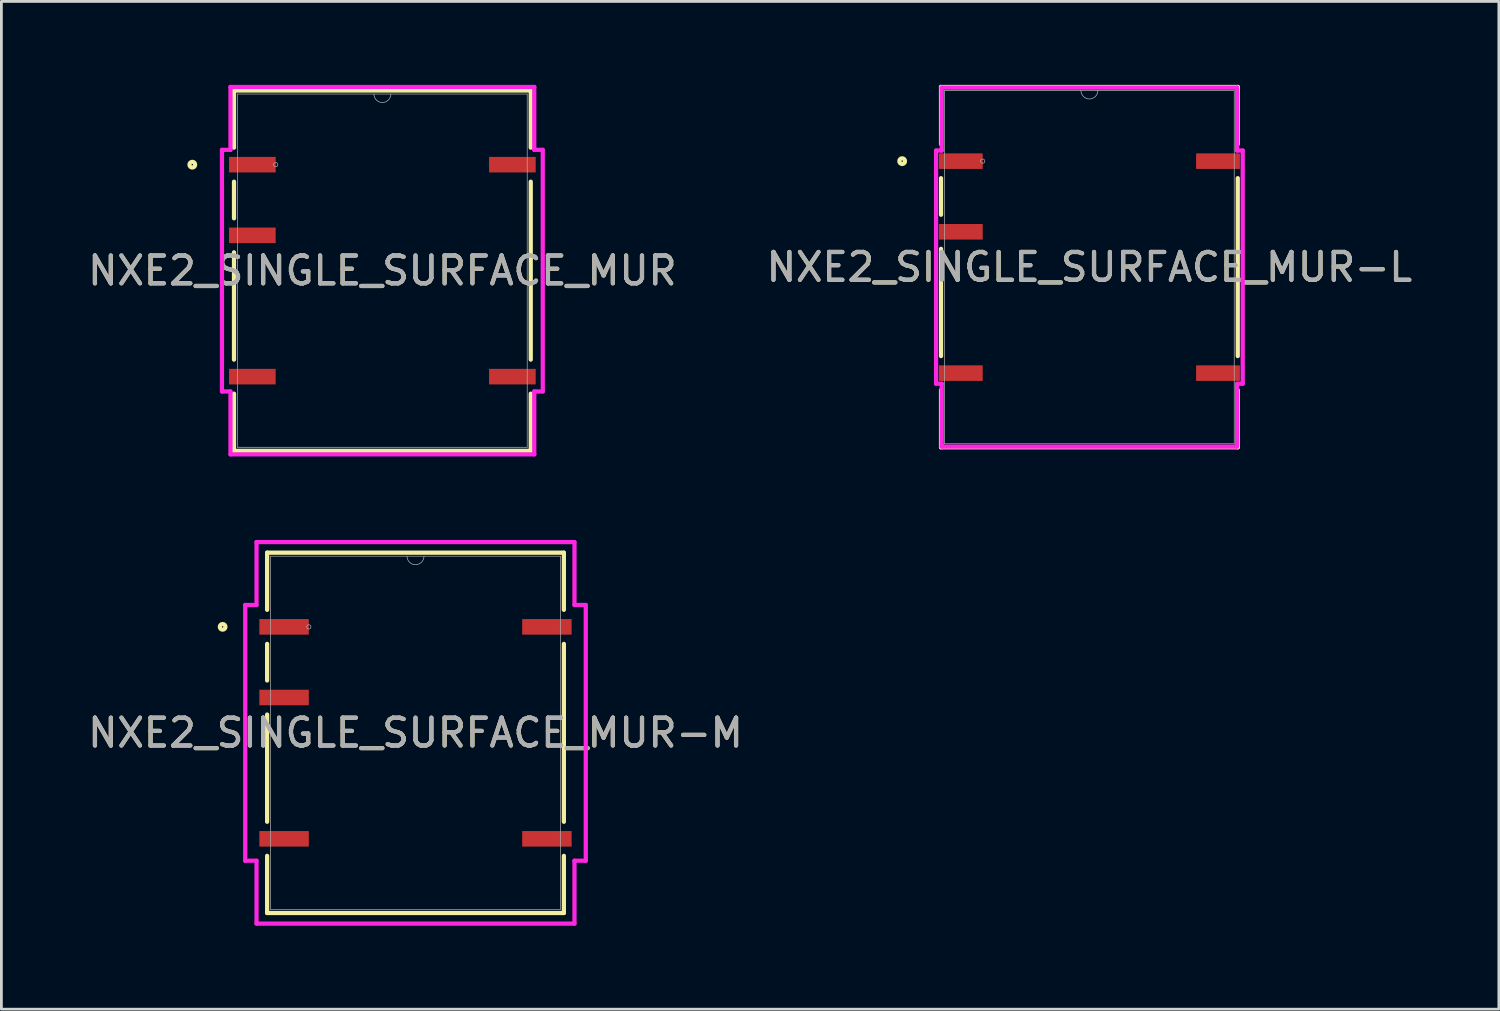
<source format=kicad_pcb>
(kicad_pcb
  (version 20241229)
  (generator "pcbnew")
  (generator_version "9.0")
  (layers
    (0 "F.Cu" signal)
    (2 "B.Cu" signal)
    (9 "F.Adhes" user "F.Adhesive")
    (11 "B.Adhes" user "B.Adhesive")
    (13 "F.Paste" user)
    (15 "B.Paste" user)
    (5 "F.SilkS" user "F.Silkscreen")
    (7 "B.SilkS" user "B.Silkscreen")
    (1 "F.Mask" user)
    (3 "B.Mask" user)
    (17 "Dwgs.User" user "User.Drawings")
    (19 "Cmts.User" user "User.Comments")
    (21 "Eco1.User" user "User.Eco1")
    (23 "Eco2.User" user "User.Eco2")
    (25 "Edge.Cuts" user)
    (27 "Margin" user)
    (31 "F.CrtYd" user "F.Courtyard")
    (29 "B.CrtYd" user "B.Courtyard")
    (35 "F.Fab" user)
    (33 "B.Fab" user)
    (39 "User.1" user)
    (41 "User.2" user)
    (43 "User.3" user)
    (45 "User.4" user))
  (footprint "NXE2_SINGLE_SURFACE_MUR-M"
    (layer "F.Cu")
    (at 11.887 23.295)
    (property "Reference" "NXE2_SINGLE_SURFACE_MUR-M" (at 0 0 0) (unlocked yes) (layer "F.SilkS") (effects (font (size 1 1) (thickness 0.15))))
    (attr smd)
    (fp_line (start -5.334 -6.477) (end -5.334 -4.422) (stroke (width 0.152) (type solid)) (layer "F.SilkS"))
    (fp_line (start -5.334 -3.198) (end -5.334 -1.882) (stroke (width 0.152) (type solid)) (layer "F.SilkS"))
    (fp_line (start -5.334 -0.658) (end -5.334 3.198) (stroke (width 0.152) (type solid)) (layer "F.SilkS"))
    (fp_line (start -5.334 4.422) (end -5.334 6.477) (stroke (width 0.152) (type solid)) (layer "F.SilkS"))
    (fp_line (start -5.334 6.477) (end 5.334 6.477) (stroke (width 0.152) (type solid)) (layer "F.SilkS"))
    (fp_line (start 5.334 -6.477) (end -5.334 -6.477) (stroke (width 0.152) (type solid)) (layer "F.SilkS"))
    (fp_line (start 5.334 -4.422) (end 5.334 -6.477) (stroke (width 0.152) (type solid)) (layer "F.SilkS"))
    (fp_line (start 5.334 3.198) (end 5.334 -3.198) (stroke (width 0.152) (type solid)) (layer "F.SilkS"))
    (fp_line (start 5.334 6.477) (end 5.334 4.422) (stroke (width 0.152) (type solid)) (layer "F.SilkS"))
    (fp_circle (center -6.934 -3.81) (end -6.833 -3.81) (stroke (width 0.152) (type solid)) (fill no) (layer "F.SilkS"))
    (fp_line (start -6.121 -4.597) (end -5.715 -4.597) (stroke (width 0.152) (type solid)) (layer "F.CrtYd"))
    (fp_line (start -6.121 4.597) (end -6.121 -4.597) (stroke (width 0.152) (type solid)) (layer "F.CrtYd"))
    (fp_line (start -6.121 4.597) (end -5.715 4.597) (stroke (width 0.152) (type solid)) (layer "F.CrtYd"))
    (fp_line (start -5.715 -6.858) (end 5.715 -6.858) (stroke (width 0.152) (type solid)) (layer "F.CrtYd"))
    (fp_line (start -5.715 -4.597) (end -5.715 -6.858) (stroke (width 0.152) (type solid)) (layer "F.CrtYd"))
    (fp_line (start -5.715 6.858) (end -5.715 4.597) (stroke (width 0.152) (type solid)) (layer "F.CrtYd"))
    (fp_line (start 5.715 -6.858) (end 5.715 -4.597) (stroke (width 0.152) (type solid)) (layer "F.CrtYd"))
    (fp_line (start 5.715 4.597) (end 5.715 6.858) (stroke (width 0.152) (type solid)) (layer "F.CrtYd"))
    (fp_line (start 5.715 6.858) (end -5.715 6.858) (stroke (width 0.152) (type solid)) (layer "F.CrtYd"))
    (fp_line (start 6.121 -4.597) (end 5.715 -4.597) (stroke (width 0.152) (type solid)) (layer "F.CrtYd"))
    (fp_line (start 6.121 -4.597) (end 6.121 4.597) (stroke (width 0.152) (type solid)) (layer "F.CrtYd"))
    (fp_line (start 6.121 4.597) (end 5.715 4.597) (stroke (width 0.152) (type solid)) (layer "F.CrtYd"))
    (fp_line (start -5.207 -6.35) (end -5.207 6.35) (stroke (width 0.025) (type solid)) (layer "F.Fab"))
    (fp_line (start -5.207 6.35) (end 5.207 6.35) (stroke (width 0.025) (type solid)) (layer "F.Fab"))
    (fp_line (start 5.207 -6.35) (end -5.207 -6.35) (stroke (width 0.025) (type solid)) (layer "F.Fab"))
    (fp_line (start 5.207 6.35) (end 5.207 -6.35) (stroke (width 0.025) (type solid)) (layer "F.Fab"))
    (fp_arc (start 0.3048 -6.35) (mid 0 -6.0452) (end -0.3048 -6.35) (stroke (width 0.0254) (type solid)) (layer "F.Fab"))
    (fp_circle (center -3.835 -3.81) (end -3.759 -3.81) (stroke (width 0.025) (type solid)) (fill no) (layer "F.Fab"))
    (fp_text user "${REFERENCE}" (at 0 0 0) (unlocked yes) (layer "F.Fab") (effects (font (size 1 1) (thickness 0.15))))
    (pad "1" smd rect (at -4.724 -3.81) (size 1.778 0.559) (layers "F.Cu" "F.Mask" "F.Paste"))
    (pad "3" smd rect (at -4.724 -1.27) (size 1.778 0.559) (layers "F.Cu" "F.Mask" "F.Paste"))
    (pad "7" smd rect (at -4.724 3.81) (size 1.778 0.559) (layers "F.Cu" "F.Mask" "F.Paste"))
    (pad "8" smd rect (at 4.724 3.81) (size 1.778 0.559) (layers "F.Cu" "F.Mask" "F.Paste"))
    (pad "14" smd rect (at 4.724 -3.81) (size 1.778 0.559) (layers "F.Cu" "F.Mask" "F.Paste")))
  (footprint "NXE2_SINGLE_SURFACE_MUR-L"
    (layer "F.Cu")
    (at 36.113 6.553)
    (property "Reference" "NXE2_SINGLE_SURFACE_MUR-L" (at 0 0 0) (unlocked yes) (layer "F.SilkS") (effects (font (size 1 1) (thickness 0.15))))
    (attr smd)
    (fp_line (start -5.334 -6.477) (end -5.334 -4.422) (stroke (width 0.152) (type solid)) (layer "F.SilkS"))
    (fp_line (start -5.334 -3.198) (end -5.334 -1.882) (stroke (width 0.152) (type solid)) (layer "F.SilkS"))
    (fp_line (start -5.334 -0.658) (end -5.334 3.198) (stroke (width 0.152) (type solid)) (layer "F.SilkS"))
    (fp_line (start -5.334 4.422) (end -5.334 6.477) (stroke (width 0.152) (type solid)) (layer "F.SilkS"))
    (fp_line (start -5.334 6.477) (end 5.334 6.477) (stroke (width 0.152) (type solid)) (layer "F.SilkS"))
    (fp_line (start 5.334 -6.477) (end -5.334 -6.477) (stroke (width 0.152) (type solid)) (layer "F.SilkS"))
    (fp_line (start 5.334 -4.422) (end 5.334 -6.477) (stroke (width 0.152) (type solid)) (layer "F.SilkS"))
    (fp_line (start 5.334 3.198) (end 5.334 -3.198) (stroke (width 0.152) (type solid)) (layer "F.SilkS"))
    (fp_line (start 5.334 6.477) (end 5.334 4.422) (stroke (width 0.152) (type solid)) (layer "F.SilkS"))
    (fp_circle (center -6.731 -3.81) (end -6.629 -3.81) (stroke (width 0.152) (type solid)) (fill no) (layer "F.SilkS"))
    (fp_line (start -5.512 -4.191) (end -5.309 -4.191) (stroke (width 0.152) (type solid)) (layer "F.CrtYd"))
    (fp_line (start -5.512 4.191) (end -5.512 -4.191) (stroke (width 0.152) (type solid)) (layer "F.CrtYd"))
    (fp_line (start -5.512 4.191) (end -5.309 4.191) (stroke (width 0.152) (type solid)) (layer "F.CrtYd"))
    (fp_line (start -5.309 -6.452) (end 5.309 -6.452) (stroke (width 0.152) (type solid)) (layer "F.CrtYd"))
    (fp_line (start -5.309 -4.191) (end -5.309 -6.452) (stroke (width 0.152) (type solid)) (layer "F.CrtYd"))
    (fp_line (start -5.309 6.452) (end -5.309 4.191) (stroke (width 0.152) (type solid)) (layer "F.CrtYd"))
    (fp_line (start 5.309 -6.452) (end 5.309 -4.191) (stroke (width 0.152) (type solid)) (layer "F.CrtYd"))
    (fp_line (start 5.309 4.191) (end 5.309 6.452) (stroke (width 0.152) (type solid)) (layer "F.CrtYd"))
    (fp_line (start 5.309 6.452) (end -5.309 6.452) (stroke (width 0.152) (type solid)) (layer "F.CrtYd"))
    (fp_line (start 5.512 -4.191) (end 5.309 -4.191) (stroke (width 0.152) (type solid)) (layer "F.CrtYd"))
    (fp_line (start 5.512 -4.191) (end 5.512 4.191) (stroke (width 0.152) (type solid)) (layer "F.CrtYd"))
    (fp_line (start 5.512 4.191) (end 5.309 4.191) (stroke (width 0.152) (type solid)) (layer "F.CrtYd"))
    (fp_line (start -5.207 -6.35) (end -5.207 6.35) (stroke (width 0.025) (type solid)) (layer "F.Fab"))
    (fp_line (start -5.207 6.35) (end 5.207 6.35) (stroke (width 0.025) (type solid)) (layer "F.Fab"))
    (fp_line (start 5.207 -6.35) (end -5.207 -6.35) (stroke (width 0.025) (type solid)) (layer "F.Fab"))
    (fp_line (start 5.207 6.35) (end 5.207 -6.35) (stroke (width 0.025) (type solid)) (layer "F.Fab"))
    (fp_arc (start 0.3048 -6.35) (mid 0 -6.0452) (end -0.3048 -6.35) (stroke (width 0.0254) (type solid)) (layer "F.Fab"))
    (fp_circle (center -3.835 -3.81) (end -3.759 -3.81) (stroke (width 0.025) (type solid)) (fill no) (layer "F.Fab"))
    (fp_text user "${REFERENCE}" (at 0 0 0) (unlocked yes) (layer "F.Fab") (effects (font (size 1 1) (thickness 0.15))))
    (pad "1" smd rect (at -4.623 -3.81) (size 1.575 0.559) (layers "F.Cu" "F.Mask" "F.Paste"))
    (pad "3" smd rect (at -4.623 -1.27) (size 1.575 0.559) (layers "F.Cu" "F.Mask" "F.Paste"))
    (pad "7" smd rect (at -4.623 3.81) (size 1.575 0.559) (layers "F.Cu" "F.Mask" "F.Paste"))
    (pad "8" smd rect (at 4.623 3.81) (size 1.575 0.559) (layers "F.Cu" "F.Mask" "F.Paste"))
    (pad "14" smd rect (at 4.623 -3.81) (size 1.575 0.559) (layers "F.Cu" "F.Mask" "F.Paste")))
  (footprint "NXE2_SINGLE_SURFACE_MUR"
    (layer "F.Cu")
    (at 10.696 6.68)
    (property "Reference" "NXE2_SINGLE_SURFACE_MUR" (at 0 0 0) (unlocked yes) (layer "F.SilkS") (effects (font (size 1 1) (thickness 0.15))))
    (attr smd)
    (fp_line (start -5.334 -6.477) (end -5.334 -4.422) (stroke (width 0.152) (type solid)) (layer "F.SilkS"))
    (fp_line (start -5.334 -3.198) (end -5.334 -1.882) (stroke (width 0.152) (type solid)) (layer "F.SilkS"))
    (fp_line (start -5.334 -0.658) (end -5.334 3.198) (stroke (width 0.152) (type solid)) (layer "F.SilkS"))
    (fp_line (start -5.334 4.422) (end -5.334 6.477) (stroke (width 0.152) (type solid)) (layer "F.SilkS"))
    (fp_line (start -5.334 6.477) (end 5.334 6.477) (stroke (width 0.152) (type solid)) (layer "F.SilkS"))
    (fp_line (start 5.334 -6.477) (end -5.334 -6.477) (stroke (width 0.152) (type solid)) (layer "F.SilkS"))
    (fp_line (start 5.334 -4.422) (end 5.334 -6.477) (stroke (width 0.152) (type solid)) (layer "F.SilkS"))
    (fp_line (start 5.334 3.198) (end 5.334 -3.198) (stroke (width 0.152) (type solid)) (layer "F.SilkS"))
    (fp_line (start 5.334 6.477) (end 5.334 4.422) (stroke (width 0.152) (type solid)) (layer "F.SilkS"))
    (fp_circle (center -6.833 -3.81) (end -6.731 -3.81) (stroke (width 0.152) (type solid)) (fill no) (layer "F.SilkS"))
    (fp_line (start -5.766 -4.343) (end -5.461 -4.343) (stroke (width 0.152) (type solid)) (layer "F.CrtYd"))
    (fp_line (start -5.766 4.343) (end -5.766 -4.343) (stroke (width 0.152) (type solid)) (layer "F.CrtYd"))
    (fp_line (start -5.766 4.343) (end -5.461 4.343) (stroke (width 0.152) (type solid)) (layer "F.CrtYd"))
    (fp_line (start -5.461 -6.604) (end 5.461 -6.604) (stroke (width 0.152) (type solid)) (layer "F.CrtYd"))
    (fp_line (start -5.461 -4.343) (end -5.461 -6.604) (stroke (width 0.152) (type solid)) (layer "F.CrtYd"))
    (fp_line (start -5.461 6.604) (end -5.461 4.343) (stroke (width 0.152) (type solid)) (layer "F.CrtYd"))
    (fp_line (start 5.461 -6.604) (end 5.461 -4.343) (stroke (width 0.152) (type solid)) (layer "F.CrtYd"))
    (fp_line (start 5.461 4.343) (end 5.461 6.604) (stroke (width 0.152) (type solid)) (layer "F.CrtYd"))
    (fp_line (start 5.461 6.604) (end -5.461 6.604) (stroke (width 0.152) (type solid)) (layer "F.CrtYd"))
    (fp_line (start 5.766 -4.343) (end 5.461 -4.343) (stroke (width 0.152) (type solid)) (layer "F.CrtYd"))
    (fp_line (start 5.766 -4.343) (end 5.766 4.343) (stroke (width 0.152) (type solid)) (layer "F.CrtYd"))
    (fp_line (start 5.766 4.343) (end 5.461 4.343) (stroke (width 0.152) (type solid)) (layer "F.CrtYd"))
    (fp_line (start -5.207 -6.35) (end -5.207 6.35) (stroke (width 0.025) (type solid)) (layer "F.Fab"))
    (fp_line (start -5.207 6.35) (end 5.207 6.35) (stroke (width 0.025) (type solid)) (layer "F.Fab"))
    (fp_line (start 5.207 -6.35) (end -5.207 -6.35) (stroke (width 0.025) (type solid)) (layer "F.Fab"))
    (fp_line (start 5.207 6.35) (end 5.207 -6.35) (stroke (width 0.025) (type solid)) (layer "F.Fab"))
    (fp_arc (start 0.3048 -6.35) (mid 0 -6.0452) (end -0.3048 -6.35) (stroke (width 0.0254) (type solid)) (layer "F.Fab"))
    (fp_circle (center -3.835 -3.81) (end -3.759 -3.81) (stroke (width 0.025) (type solid)) (fill no) (layer "F.Fab"))
    (fp_text user "${REFERENCE}" (at 0 0 0) (unlocked yes) (layer "F.Fab") (effects (font (size 1 1) (thickness 0.15))))
    (pad "1" smd rect (at -4.674 -3.81) (size 1.676 0.559) (layers "F.Cu" "F.Mask" "F.Paste"))
    (pad "3" smd rect (at -4.674 -1.27) (size 1.676 0.559) (layers "F.Cu" "F.Mask" "F.Paste"))
    (pad "7" smd rect (at -4.674 3.81) (size 1.676 0.559) (layers "F.Cu" "F.Mask" "F.Paste"))
    (pad "8" smd rect (at 4.674 3.81) (size 1.676 0.559) (layers "F.Cu" "F.Mask" "F.Paste"))
    (pad "14" smd rect (at 4.674 -3.81) (size 1.676 0.559) (layers "F.Cu" "F.Mask" "F.Paste")))
  (gr_rect
    (start -3 -3)
    (end 50.833 33.229)
    (stroke (width 0.1) (type default))
    (fill no)
    (layer "Edge.Cuts")))
</source>
